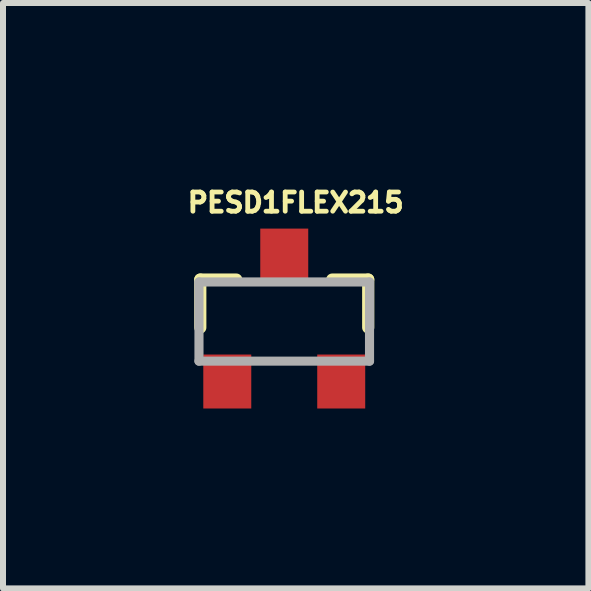
<source format=kicad_pcb>
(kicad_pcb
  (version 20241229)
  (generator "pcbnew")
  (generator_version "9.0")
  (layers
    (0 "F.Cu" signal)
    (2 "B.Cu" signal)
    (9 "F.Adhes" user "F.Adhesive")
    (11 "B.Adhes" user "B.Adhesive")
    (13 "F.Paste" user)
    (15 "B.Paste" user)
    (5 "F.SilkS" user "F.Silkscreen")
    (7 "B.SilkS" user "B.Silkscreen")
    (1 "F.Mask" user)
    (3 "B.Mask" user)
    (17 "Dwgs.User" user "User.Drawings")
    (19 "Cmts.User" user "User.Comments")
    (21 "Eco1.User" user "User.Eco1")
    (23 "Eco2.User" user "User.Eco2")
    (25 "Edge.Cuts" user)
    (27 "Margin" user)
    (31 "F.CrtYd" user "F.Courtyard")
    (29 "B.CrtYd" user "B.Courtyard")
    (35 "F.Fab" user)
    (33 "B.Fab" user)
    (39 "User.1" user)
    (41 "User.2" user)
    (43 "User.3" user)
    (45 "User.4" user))
  (footprint "PESD1FLEX215"
    (layer "F.Cu")
    (at 1.69 2.312)
    (property "Reference" "PESD1FLEX215" (at 0.191 -1.984 0) (layer "F.SilkS") (effects (font (size 0.32 0.32) (thickness 0.15))))
    (attr through_hole)
    (fp_line (start -1.4 -0.7) (end -1.4 0.1) (stroke (width 0.203) (type solid)) (layer "F.SilkS"))
    (fp_line (start -0.8 -0.7) (end -1.4 -0.7) (stroke (width 0.203) (type solid)) (layer "F.SilkS"))
    (fp_line (start 0.8 -0.7) (end 1.4 -0.7) (stroke (width 0.203) (type solid)) (layer "F.SilkS"))
    (fp_line (start 1.4 -0.7) (end 1.4 0.1) (stroke (width 0.203) (type solid)) (layer "F.SilkS"))
    (fp_line (start -1.422 -0.66) (end 1.422 -0.66) (stroke (width 0.152) (type solid)) (layer "F.Fab"))
    (fp_line (start -1.422 0.66) (end -1.422 -0.66) (stroke (width 0.152) (type solid)) (layer "F.Fab"))
    (fp_line (start 1.422 -0.66) (end 1.422 0.66) (stroke (width 0.152) (type solid)) (layer "F.Fab"))
    (fp_line (start 1.422 0.66) (end -1.422 0.66) (stroke (width 0.152) (type solid)) (layer "F.Fab"))
    (pad "1" smd rect (at -0.95 1) (size 0.8 0.9) (layers "F.Cu" "F.Mask" "F.Paste"))
    (pad "2" smd rect (at 0.95 1) (size 0.8 0.9) (layers "F.Cu" "F.Mask" "F.Paste"))
    (pad "3" smd rect (at 0 -1.1) (size 0.8 0.9) (layers "F.Cu" "F.Mask" "F.Paste")))
  (gr_rect
    (start -3 -3)
    (end 6.762 6.762)
    (stroke (width 0.1) (type default))
    (fill no)
    (layer "Edge.Cuts")))
</source>
